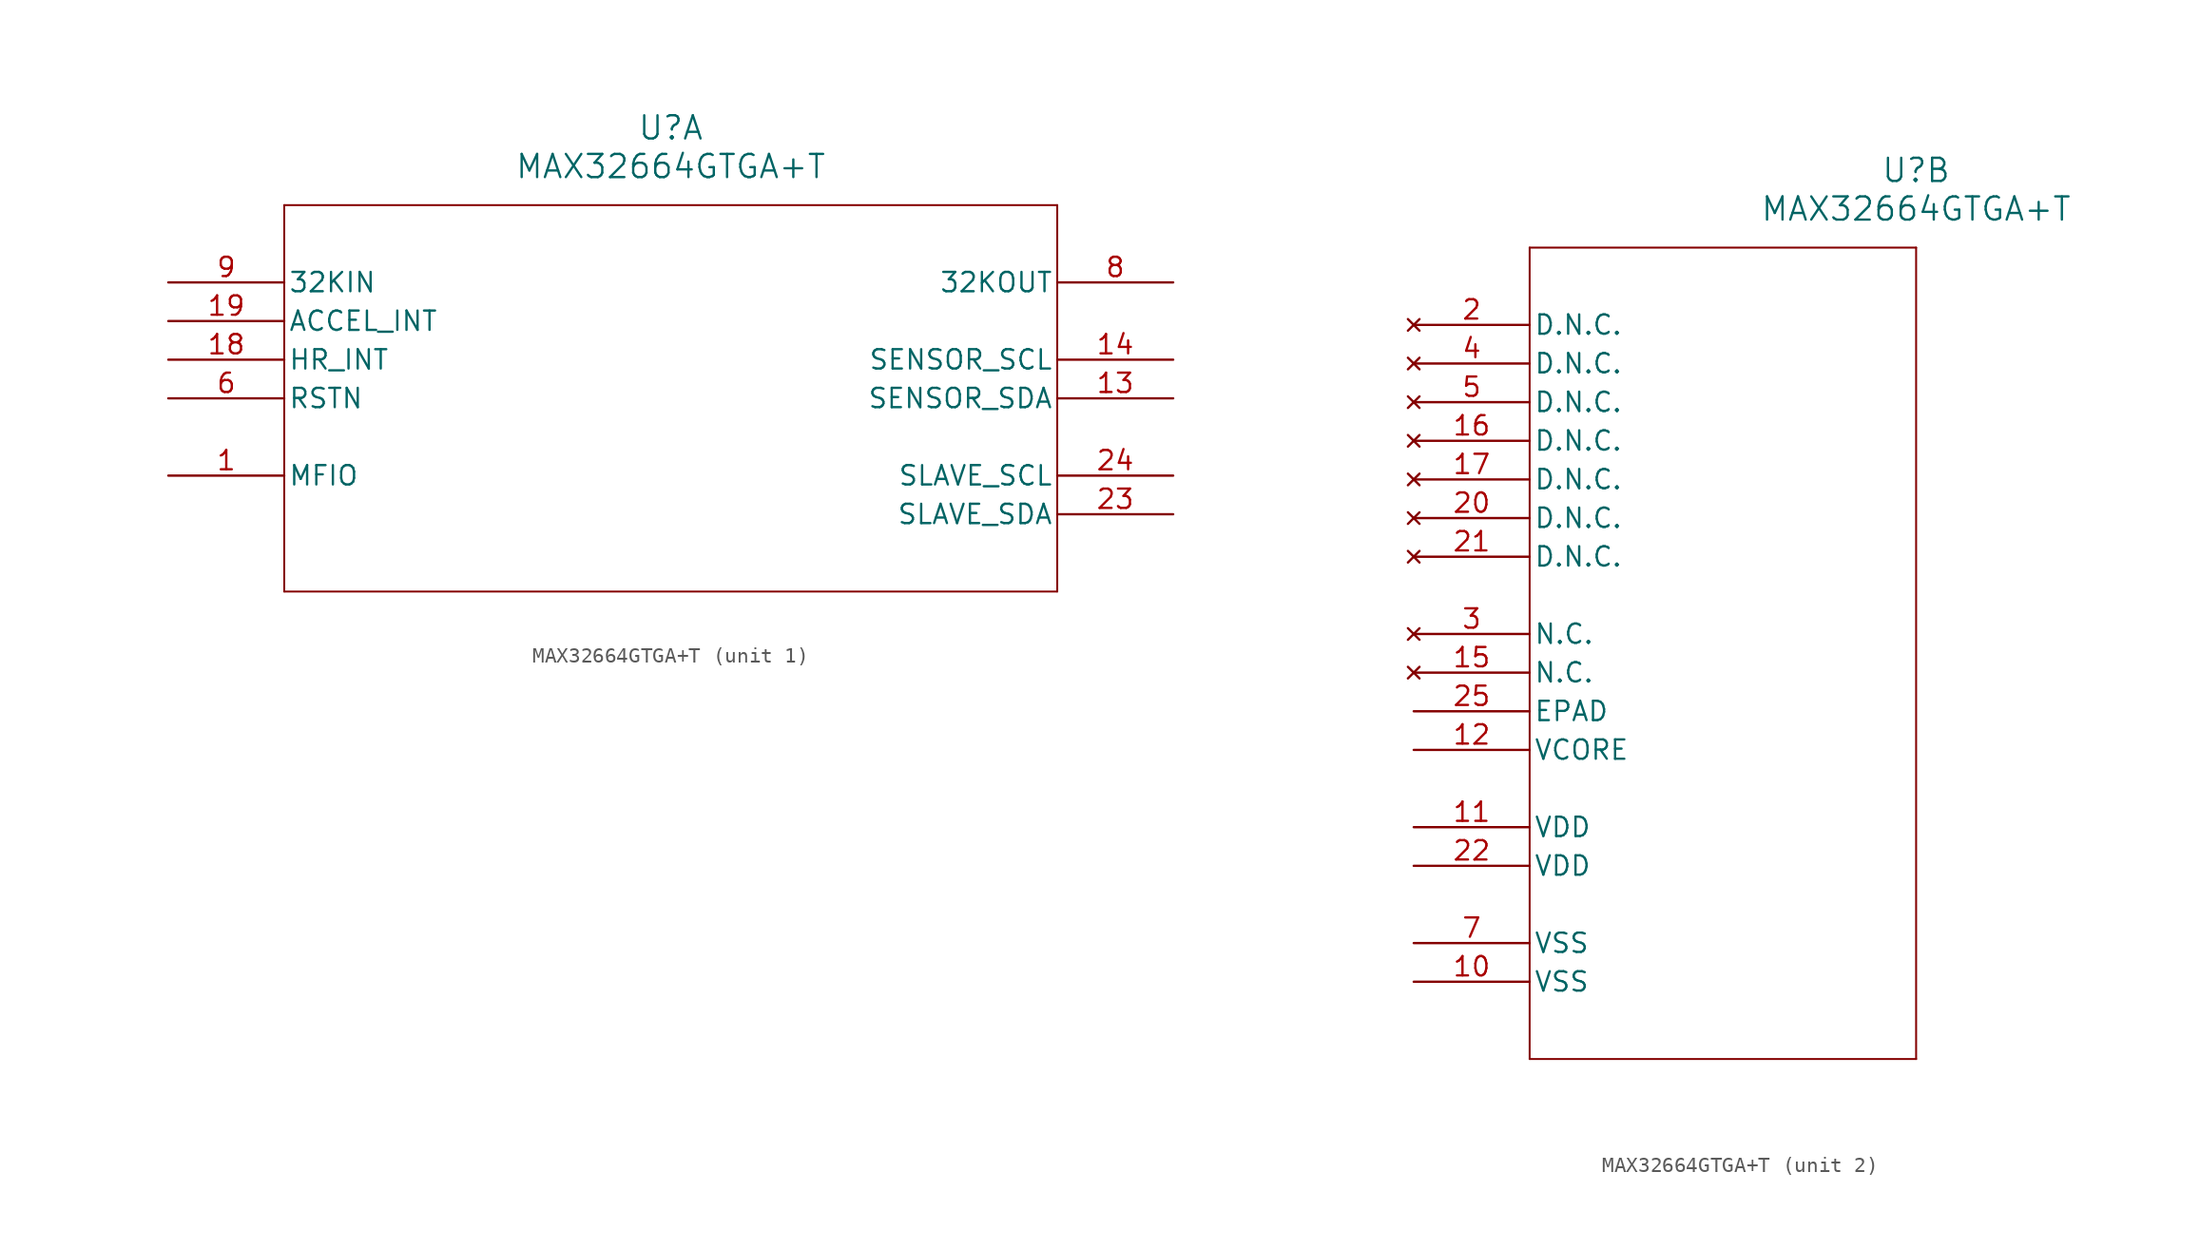
<source format=kicad_sym>
(kicad_symbol_lib
  (version 20211014)
  (generator kicad_symbol_editor)
  (symbol "MAX32664GTGA+T"
    (pin_names
      (offset 0.254))
    (property "Reference" "U"
      (at 33.02 10.16 0)
      (effects (font (size 1.524 1.524))))
    (property "Value" "MAX32664GTGA+T"
      (at 33.02 7.62 0)
      (effects (font (size 1.524 1.524))))
    (symbol "MAX32664GTGA+T_1_1"
      (polyline (pts (xy 7.62 5.08) (xy 7.62 -20.32)) (stroke (width 0.127) (type default) (color 0 0 0 0)) (fill (type none)))
      (polyline (pts (xy 7.62 -20.32) (xy 58.42 -20.32)) (stroke (width 0.127) (type default) (color 0 0 0 0)) (fill (type none)))
      (polyline (pts (xy 58.42 -20.32) (xy 58.42 5.08)) (stroke (width 0.127) (type default) (color 0 0 0 0)) (fill (type none)))
      (polyline (pts (xy 58.42 5.08) (xy 7.62 5.08)) (stroke (width 0.127) (type default) (color 0 0 0 0)) (fill (type none)))
      (pin bidirectional line (at 0 -12.7 0) (length 7.62) (name "MFIO" (effects (font (size 1.27 1.27)))) (number "1" (effects (font (size 1.27 1.27)))))
      (pin input line (at 0 -7.62 0) (length 7.62) (name "RSTN" (effects (font (size 1.27 1.27)))) (number "6" (effects (font (size 1.27 1.27)))))
      (pin output line (at 66.04 0 180) (length 7.62) (name "32KOUT" (effects (font (size 1.27 1.27)))) (number "8" (effects (font (size 1.27 1.27)))))
      (pin input line (at 0 0 0) (length 7.62) (name "32KIN" (effects (font (size 1.27 1.27)))) (number "9" (effects (font (size 1.27 1.27)))))
      (pin unspecified line (at 66.04 -7.62 180) (length 7.62) (name "SENSOR_SDA" (effects (font (size 1.27 1.27)))) (number "13" (effects (font (size 1.27 1.27)))))
      (pin unspecified line (at 66.04 -5.08 180) (length 7.62) (name "SENSOR_SCL" (effects (font (size 1.27 1.27)))) (number "14" (effects (font (size 1.27 1.27)))))
      (pin input line (at 0 -5.08 0) (length 7.62) (name "HR_INT" (effects (font (size 1.27 1.27)))) (number "18" (effects (font (size 1.27 1.27)))))
      (pin input line (at 0 -2.54 0) (length 7.62) (name "ACCEL_INT" (effects (font (size 1.27 1.27)))) (number "19" (effects (font (size 1.27 1.27)))))
      (pin unspecified line (at 66.04 -15.24 180) (length 7.62) (name "SLAVE_SDA" (effects (font (size 1.27 1.27)))) (number "23" (effects (font (size 1.27 1.27)))))
      (pin unspecified line (at 66.04 -12.7 180) (length 7.62) (name "SLAVE_SCL" (effects (font (size 1.27 1.27)))) (number "24" (effects (font (size 1.27 1.27))))))
    (symbol "MAX32664GTGA+T_2_1"
      (polyline (pts (xy 7.62 5.08) (xy 7.62 -48.26)) (stroke (width 0.127) (type default) (color 0 0 0 0)) (fill (type none)))
      (polyline (pts (xy 7.62 -48.26) (xy 33.02 -48.26)) (stroke (width 0.127) (type default) (color 0 0 0 0)) (fill (type none)))
      (polyline (pts (xy 33.02 -48.26) (xy 33.02 5.08)) (stroke (width 0.127) (type default) (color 0 0 0 0)) (fill (type none)))
      (polyline (pts (xy 33.02 5.08) (xy 7.62 5.08)) (stroke (width 0.127) (type default) (color 0 0 0 0)) (fill (type none)))
      (pin no_connect line (at 0 0 0) (length 7.62) (name "D.N.C." (effects (font (size 1.27 1.27)))) (number "2" (effects (font (size 1.27 1.27)))))
      (pin no_connect line (at 0 -20.32 0) (length 7.62) (name "N.C." (effects (font (size 1.27 1.27)))) (number "3" (effects (font (size 1.27 1.27)))))
      (pin no_connect line (at 0 -2.54 0) (length 7.62) (name "D.N.C." (effects (font (size 1.27 1.27)))) (number "4" (effects (font (size 1.27 1.27)))))
      (pin no_connect line (at 0 -5.08 0) (length 7.62) (name "D.N.C." (effects (font (size 1.27 1.27)))) (number "5" (effects (font (size 1.27 1.27)))))
      (pin power_in line (at 0 -40.64 0) (length 7.62) (name "VSS" (effects (font (size 1.27 1.27)))) (number "7" (effects (font (size 1.27 1.27)))))
      (pin power_in line (at 0 -43.18 0) (length 7.62) (name "VSS" (effects (font (size 1.27 1.27)))) (number "10" (effects (font (size 1.27 1.27)))))
      (pin power_in line (at 0 -33.02 0) (length 7.62) (name "VDD" (effects (font (size 1.27 1.27)))) (number "11" (effects (font (size 1.27 1.27)))))
      (pin power_in line (at 0 -27.94 0) (length 7.62) (name "VCORE" (effects (font (size 1.27 1.27)))) (number "12" (effects (font (size 1.27 1.27)))))
      (pin no_connect line (at 0 -22.86 0) (length 7.62) (name "N.C." (effects (font (size 1.27 1.27)))) (number "15" (effects (font (size 1.27 1.27)))))
      (pin no_connect line (at 0 -7.62 0) (length 7.62) (name "D.N.C." (effects (font (size 1.27 1.27)))) (number "16" (effects (font (size 1.27 1.27)))))
      (pin no_connect line (at 0 -10.16 0) (length 7.62) (name "D.N.C." (effects (font (size 1.27 1.27)))) (number "17" (effects (font (size 1.27 1.27)))))
      (pin no_connect line (at 0 -12.7 0) (length 7.62) (name "D.N.C." (effects (font (size 1.27 1.27)))) (number "20" (effects (font (size 1.27 1.27)))))
      (pin no_connect line (at 0 -15.24 0) (length 7.62) (name "D.N.C." (effects (font (size 1.27 1.27)))) (number "21" (effects (font (size 1.27 1.27)))))
      (pin power_in line (at 0 -35.56 0) (length 7.62) (name "VDD" (effects (font (size 1.27 1.27)))) (number "22" (effects (font (size 1.27 1.27)))))
      (pin power_in line (at 0 -25.4 0) (length 7.62) (name "EPAD" (effects (font (size 1.27 1.27)))) (number "25" (effects (font (size 1.27 1.27))))))))
</source>
